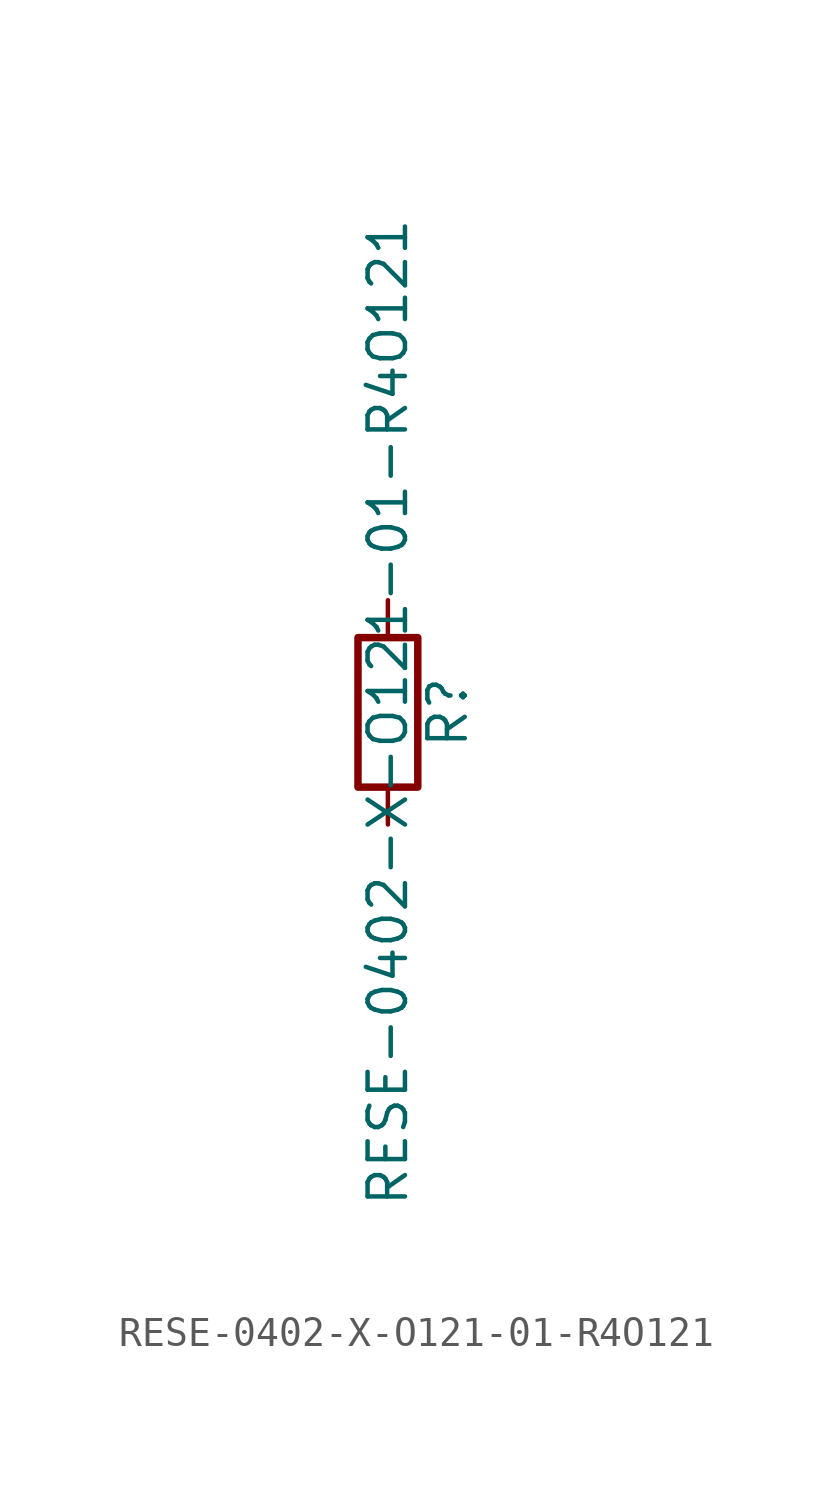
<source format=kicad_sym>
(kicad_symbol_lib
  (version 20211014)
  (generator kicad_symbol_editor)
  (symbol "RESE-0402-X-O121-01-R4O121"
    (pin_numbers hide)
    (pin_names
      (offset 0))
    (property "Reference" "R"
      (at 2.032 0 90)
      (effects (font (size 1.27 1.27))))
    (property "Value" "RESE-0402-X-O121-01-R4O121"
      (at 0 0 90)
      (effects (font (size 1.27 1.27))))
    (symbol "RESE-0402-X-O121-01-R4O121_0_1"
      (rectangle (start -1.016 -2.54) (end 1.016 2.54) (stroke (width 0.254) (type default) (color 0 0 0 0)) (fill (type none))))
    (symbol "RESE-0402-X-O121-01-R4O121_1_1"
      (pin passive line (at 0 3.81 270) (length 1.27) (name "~" (effects (font (size 1.27 1.27)))) (number "1" (effects (font (size 1.27 1.27)))))
      (pin passive line (at 0 -3.81 90) (length 1.27) (name "~" (effects (font (size 1.27 1.27)))) (number "2" (effects (font (size 1.27 1.27))))))))
</source>
